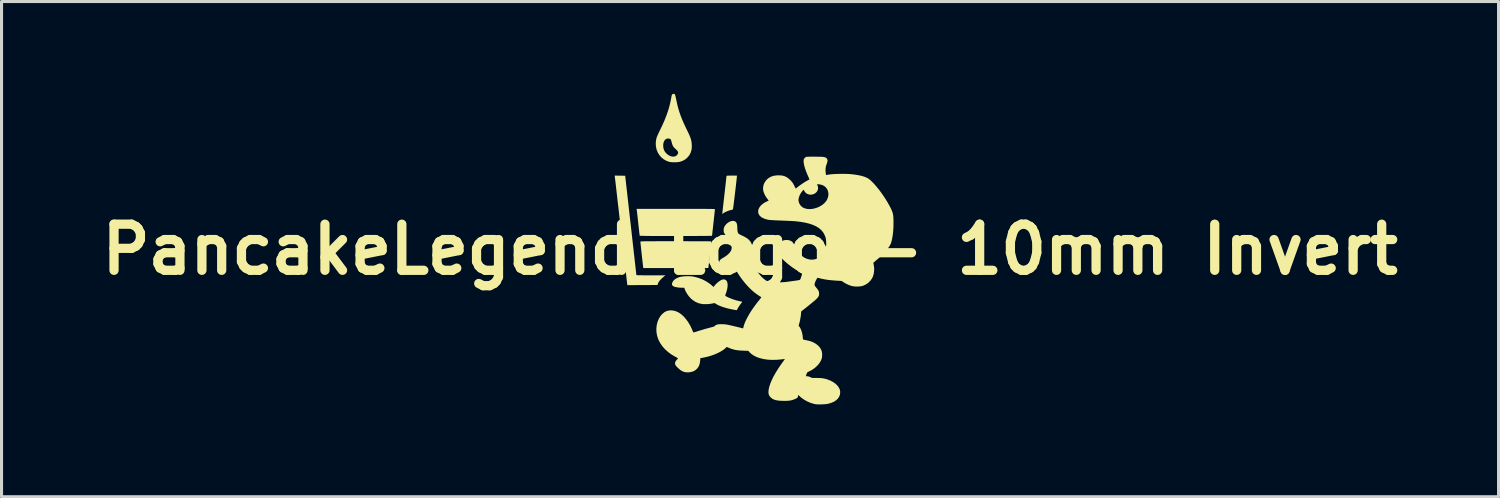
<source format=kicad_pcb>
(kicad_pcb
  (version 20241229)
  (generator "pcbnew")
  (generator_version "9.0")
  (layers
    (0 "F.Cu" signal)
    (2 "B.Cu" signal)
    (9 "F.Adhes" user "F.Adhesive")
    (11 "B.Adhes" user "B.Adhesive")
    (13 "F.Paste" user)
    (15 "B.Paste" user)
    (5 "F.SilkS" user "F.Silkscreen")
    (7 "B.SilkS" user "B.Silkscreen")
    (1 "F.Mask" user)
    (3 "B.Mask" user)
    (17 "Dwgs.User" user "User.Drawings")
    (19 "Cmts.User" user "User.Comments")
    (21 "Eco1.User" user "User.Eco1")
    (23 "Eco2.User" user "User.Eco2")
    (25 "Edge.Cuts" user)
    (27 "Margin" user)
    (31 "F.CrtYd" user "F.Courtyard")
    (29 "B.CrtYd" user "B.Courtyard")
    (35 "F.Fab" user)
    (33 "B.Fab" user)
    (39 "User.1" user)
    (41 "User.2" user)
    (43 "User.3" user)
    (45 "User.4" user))
  (footprint "PancakeLegend Logo - 10mm Invert"
    (layer "F.Cu")
    (at 21.336 5.06)
    (property "Reference" "PancakeLegend Logo - 10mm Invert" (at 0 0 0) (layer "F.SilkS") (effects (font (size 1.5 1.5) (thickness 0.3))))
    (attr board_only exclude_from_pos_files exclude_from_bom)
    (fp_poly (pts (xy -0.428 -2.38) (xy -0.429 -2.363) (xy -0.432 -2.331) (xy -0.437 -2.285) (xy -0.443 -2.227) (xy -0.451 -2.159) (xy -0.459 -2.083) (xy -0.469 -2.002) (xy -0.479 -1.917) (xy -0.489 -1.83) (xy -0.5 -1.743) (xy -0.51 -1.659) (xy -0.52 -1.578) (xy -0.529 -1.505) (xy -0.537 -1.439) (xy -0.545 -1.384) (xy -0.55 -1.342) (xy -0.555 -1.313) (xy -0.557 -1.301) (xy -0.557 -1.301) (xy -0.569 -1.297) (xy -0.594 -1.289) (xy -0.627 -1.28) (xy -0.634 -1.279) (xy -0.689 -1.263) (xy -0.747 -1.241) (xy -0.803 -1.216) (xy -0.85 -1.191) (xy -0.876 -1.174) (xy -0.907 -1.15) (xy -0.902 -1.186) (xy -0.9 -1.202) (xy -0.896 -1.235) (xy -0.89 -1.282) (xy -0.884 -1.342) (xy -0.876 -1.411) (xy -0.867 -1.489) (xy -0.857 -1.574) (xy -0.847 -1.663) (xy -0.837 -1.754) (xy -0.826 -1.847) (xy -0.816 -1.938) (xy -0.806 -2.026) (xy -0.797 -2.108) (xy -0.788 -2.184) (xy -0.781 -2.251) (xy -0.775 -2.307) (xy -0.77 -2.35) (xy -0.767 -2.378) (xy -0.766 -2.389) (xy -0.766 -2.389) (xy -0.761 -2.394) (xy -0.746 -2.397) (xy -0.719 -2.399) (xy -0.677 -2.4) (xy -0.62 -2.401) (xy -0.597 -2.401) (xy -0.428 -2.401)) (stroke (width 0) (type solid)) (fill yes) (layer "F.SilkS"))
    (fp_poly (pts (xy -2.232 -1.32) (xy -2.066 -1.32) (xy -1.917 -1.32) (xy -1.784 -1.32) (xy -1.666 -1.32) (xy -1.563 -1.319) (xy -1.474 -1.319) (xy -1.398 -1.318) (xy -1.333 -1.317) (xy -1.279 -1.317) (xy -1.236 -1.316) (xy -1.202 -1.315) (xy -1.177 -1.313) (xy -1.159 -1.312) (xy -1.148 -1.31) (xy -1.142 -1.309) (xy -1.142 -1.308) (xy -1.143 -1.296) (xy -1.146 -1.267) (xy -1.15 -1.224) (xy -1.156 -1.168) (xy -1.164 -1.101) (xy -1.172 -1.025) (xy -1.181 -0.942) (xy -1.189 -0.874) (xy -1.198 -0.787) (xy -1.207 -0.706) (xy -1.216 -0.632) (xy -1.223 -0.568) (xy -1.228 -0.515) (xy -1.233 -0.476) (xy -1.235 -0.452) (xy -1.236 -0.445) (xy -1.245 -0.444) (xy -1.272 -0.443) (xy -1.315 -0.442) (xy -1.374 -0.441) (xy -1.447 -0.44) (xy -1.533 -0.44) (xy -1.632 -0.439) (xy -1.741 -0.438) (xy -1.86 -0.438) (xy -1.988 -0.437) (xy -2.123 -0.437) (xy -2.265 -0.437) (xy -2.411 -0.437) (xy -2.59 -0.437) (xy -2.751 -0.437) (xy -2.896 -0.437) (xy -3.024 -0.438) (xy -3.136 -0.438) (xy -3.234 -0.438) (xy -3.318 -0.439) (xy -3.389 -0.44) (xy -3.447 -0.441) (xy -3.495 -0.442) (xy -3.531 -0.443) (xy -3.558 -0.444) (xy -3.576 -0.446) (xy -3.586 -0.447) (xy -3.589 -0.449) (xy -3.591 -0.46) (xy -3.594 -0.489) (xy -3.599 -0.532) (xy -3.606 -0.587) (xy -3.613 -0.654) (xy -3.622 -0.729) (xy -3.631 -0.811) (xy -3.636 -0.865) (xy -3.646 -0.951) (xy -3.654 -1.032) (xy -3.663 -1.105) (xy -3.67 -1.17) (xy -3.676 -1.223) (xy -3.681 -1.263) (xy -3.684 -1.288) (xy -3.685 -1.294) (xy -3.69 -1.32) (xy -2.416 -1.32)) (stroke (width 0) (type solid)) (fill yes) (layer "F.SilkS"))
    (fp_poly (pts (xy -4.231 -2.399) (xy -4.06 -2.396) (xy -4.002 -1.879) (xy -3.993 -1.799) (xy -3.982 -1.701) (xy -3.969 -1.589) (xy -3.955 -1.464) (xy -3.94 -1.329) (xy -3.924 -1.185) (xy -3.907 -1.034) (xy -3.889 -0.879) (xy -3.871 -0.722) (xy -3.853 -0.563) (xy -3.836 -0.407) (xy -3.821 -0.273) (xy -3.805 -0.131) (xy -3.789 0.005) (xy -3.775 0.135) (xy -3.761 0.257) (xy -3.748 0.371) (xy -3.737 0.475) (xy -3.726 0.568) (xy -3.717 0.648) (xy -3.71 0.716) (xy -3.704 0.768) (xy -3.7 0.806) (xy -3.698 0.826) (xy -3.698 0.829) (xy -3.694 0.832) (xy -3.682 0.834) (xy -3.66 0.836) (xy -3.628 0.838) (xy -3.584 0.839) (xy -3.526 0.84) (xy -3.453 0.841) (xy -3.365 0.841) (xy -3.26 0.841) (xy -3.226 0.842) (xy -2.753 0.842) (xy -2.791 0.872) (xy -2.867 0.938) (xy -2.926 0.998) (xy -2.968 1.054) (xy -2.994 1.106) (xy -2.998 1.117) (xy -3.009 1.156) (xy -3.499 1.158) (xy -3.988 1.161) (xy -3.993 1.13) (xy -3.995 1.121) (xy -3.997 1.1) (xy -4.001 1.067) (xy -4.007 1.022) (xy -4.013 0.965) (xy -4.021 0.895) (xy -4.031 0.811) (xy -4.042 0.714) (xy -4.055 0.602) (xy -4.07 0.477) (xy -4.086 0.336) (xy -4.104 0.181) (xy -4.124 0.01) (xy -4.145 -0.177) (xy -4.169 -0.38) (xy -4.194 -0.6) (xy -4.221 -0.837) (xy -4.25 -1.091) (xy -4.281 -1.363) (xy -4.315 -1.653) (xy -4.332 -1.804) (xy -4.343 -1.903) (xy -4.354 -1.997) (xy -4.364 -2.084) (xy -4.373 -2.163) (xy -4.381 -2.231) (xy -4.388 -2.288) (xy -4.393 -2.33) (xy -4.396 -2.358) (xy -4.398 -2.366) (xy -4.403 -2.401)) (stroke (width 0) (type solid)) (fill yes) (layer "F.SilkS"))
    (fp_poly (pts (xy -2.271 -0.268) (xy -2.131 -0.268) (xy -1.997 -0.267) (xy -1.871 -0.267) (xy -1.753 -0.267) (xy -1.646 -0.267) (xy -1.549 -0.266) (xy -1.464 -0.266) (xy -1.393 -0.265) (xy -1.336 -0.265) (xy -1.294 -0.264) (xy -1.27 -0.264) (xy -1.262 -0.263) (xy -1.263 -0.254) (xy -1.265 -0.228) (xy -1.269 -0.188) (xy -1.274 -0.135) (xy -1.281 -0.074) (xy -1.288 -0.004) (xy -1.296 0.07) (xy -1.304 0.147) (xy -1.313 0.225) (xy -1.321 0.301) (xy -1.329 0.374) (xy -1.337 0.44) (xy -1.344 0.499) (xy -1.349 0.546) (xy -1.354 0.581) (xy -1.356 0.6) (xy -1.357 0.604) (xy -1.366 0.604) (xy -1.393 0.604) (xy -1.437 0.605) (xy -1.495 0.605) (xy -1.568 0.605) (xy -1.653 0.605) (xy -1.75 0.606) (xy -1.858 0.606) (xy -1.975 0.606) (xy -2.1 0.606) (xy -2.232 0.606) (xy -2.369 0.606) (xy -2.414 0.606) (xy -3.471 0.606) (xy -3.477 0.566) (xy -3.479 0.544) (xy -3.484 0.508) (xy -3.489 0.458) (xy -3.496 0.398) (xy -3.504 0.331) (xy -3.512 0.258) (xy -3.52 0.182) (xy -3.529 0.105) (xy -3.537 0.031) (xy -3.544 -0.04) (xy -3.551 -0.105) (xy -3.557 -0.16) (xy -3.562 -0.204) (xy -3.565 -0.235) (xy -3.566 -0.25) (xy -3.566 -0.25) (xy -3.566 -0.253) (xy -3.564 -0.255) (xy -3.559 -0.257) (xy -3.551 -0.259) (xy -3.538 -0.261) (xy -3.52 -0.262) (xy -3.496 -0.263) (xy -3.464 -0.264) (xy -3.423 -0.265) (xy -3.373 -0.266) (xy -3.313 -0.266) (xy -3.241 -0.267) (xy -3.157 -0.267) (xy -3.06 -0.267) (xy -2.948 -0.268) (xy -2.821 -0.268) (xy -2.678 -0.268) (xy -2.518 -0.268) (xy -2.417 -0.268)) (stroke (width 0) (type solid)) (fill yes) (layer "F.SilkS"))
    (fp_poly (pts (xy -1.941 0.871) (xy -1.87 0.878) (xy -1.842 0.883) (xy -1.697 0.919) (xy -1.558 0.97) (xy -1.427 1.037) (xy -1.307 1.117) (xy -1.237 1.175) (xy -1.187 1.22) (xy -1.163 1.188) (xy -1.119 1.136) (xy -1.069 1.087) (xy -1.016 1.044) (xy -0.964 1.009) (xy -0.915 0.985) (xy -0.872 0.973) (xy -0.861 0.973) (xy -0.814 0.981) (xy -0.778 1.003) (xy -0.752 1.04) (xy -0.735 1.09) (xy -0.729 1.151) (xy -0.733 1.223) (xy -0.748 1.305) (xy -0.773 1.396) (xy -0.808 1.492) (xy -0.804 1.504) (xy -0.783 1.521) (xy -0.75 1.54) (xy -0.706 1.562) (xy -0.653 1.584) (xy -0.595 1.607) (xy -0.533 1.629) (xy -0.47 1.649) (xy -0.408 1.666) (xy -0.35 1.68) (xy -0.334 1.683) (xy -0.294 1.691) (xy -0.27 1.697) (xy -0.259 1.702) (xy -0.258 1.708) (xy -0.261 1.714) (xy -0.272 1.729) (xy -0.291 1.754) (xy -0.313 1.782) (xy -0.338 1.817) (xy -0.366 1.86) (xy -0.391 1.902) (xy -0.393 1.905) (xy -0.433 1.975) (xy -0.536 1.958) (xy -0.651 1.935) (xy -0.763 1.908) (xy -0.867 1.877) (xy -0.962 1.843) (xy -1.044 1.807) (xy -1.111 1.77) (xy -1.126 1.759) (xy -1.14 1.75) (xy -1.153 1.746) (xy -1.17 1.746) (xy -1.197 1.751) (xy -1.225 1.757) (xy -1.294 1.769) (xy -1.371 1.776) (xy -1.45 1.779) (xy -1.523 1.777) (xy -1.571 1.772) (xy -1.679 1.746) (xy -1.779 1.702) (xy -1.87 1.642) (xy -1.925 1.594) (xy -1.988 1.525) (xy -2.044 1.448) (xy -2.091 1.367) (xy -2.125 1.289) (xy -2.128 1.28) (xy -2.139 1.245) (xy -2.207 1.245) (xy -2.268 1.243) (xy -2.33 1.238) (xy -2.388 1.229) (xy -2.438 1.219) (xy -2.473 1.208) (xy -2.501 1.191) (xy -2.524 1.171) (xy -2.529 1.165) (xy -2.538 1.147) (xy -2.54 1.129) (xy -2.535 1.103) (xy -2.534 1.096) (xy -2.509 1.039) (xy -2.467 0.989) (xy -2.407 0.946) (xy -2.331 0.911) (xy -2.302 0.9) (xy -2.247 0.887) (xy -2.178 0.877) (xy -2.101 0.871) (xy -2.02 0.869)) (stroke (width 0) (type solid)) (fill yes) (layer "F.SilkS"))
    (fp_poly (pts (xy -2.454 -5.05) (xy -2.443 -5.039) (xy -2.437 -5.022) (xy -2.428 -4.991) (xy -2.418 -4.949) (xy -2.406 -4.898) (xy -2.396 -4.849) (xy -2.368 -4.72) (xy -2.337 -4.596) (xy -2.301 -4.475) (xy -2.258 -4.353) (xy -2.209 -4.226) (xy -2.151 -4.093) (xy -2.083 -3.948) (xy -2.049 -3.878) (xy -2.011 -3.799) (xy -1.98 -3.734) (xy -1.956 -3.678) (xy -1.938 -3.63) (xy -1.924 -3.586) (xy -1.913 -3.542) (xy -1.907 -3.511) (xy -1.898 -3.448) (xy -1.894 -3.379) (xy -1.895 -3.311) (xy -1.901 -3.251) (xy -1.904 -3.235) (xy -1.932 -3.145) (xy -1.976 -3.062) (xy -2.035 -2.99) (xy -2.106 -2.929) (xy -2.188 -2.882) (xy -2.28 -2.85) (xy -2.289 -2.848) (xy -2.334 -2.84) (xy -2.391 -2.836) (xy -2.454 -2.834) (xy -2.516 -2.835) (xy -2.573 -2.839) (xy -2.619 -2.846) (xy -2.626 -2.848) (xy -2.721 -2.882) (xy -2.809 -2.932) (xy -2.887 -2.996) (xy -2.952 -3.072) (xy -3.001 -3.153) (xy -3.041 -3.254) (xy -3.062 -3.36) (xy -3.063 -3.38) (xy -2.825 -3.38) (xy -2.818 -3.299) (xy -2.797 -3.229) (xy -2.76 -3.165) (xy -2.709 -3.109) (xy -2.647 -3.062) (xy -2.583 -3.031) (xy -2.518 -3.018) (xy -2.455 -3.022) (xy -2.424 -3.031) (xy -2.397 -3.048) (xy -2.37 -3.075) (xy -2.349 -3.106) (xy -2.339 -3.131) (xy -2.339 -3.161) (xy -2.353 -3.192) (xy -2.38 -3.227) (xy -2.423 -3.268) (xy -2.424 -3.269) (xy -2.465 -3.307) (xy -2.495 -3.343) (xy -2.517 -3.384) (xy -2.535 -3.434) (xy -2.546 -3.477) (xy -2.557 -3.517) (xy -2.568 -3.552) (xy -2.578 -3.575) (xy -2.582 -3.583) (xy -2.6 -3.593) (xy -2.626 -3.603) (xy -2.632 -3.604) (xy -2.682 -3.607) (xy -2.727 -3.593) (xy -2.765 -3.564) (xy -2.794 -3.522) (xy -2.815 -3.467) (xy -2.824 -3.401) (xy -2.825 -3.38) (xy -3.063 -3.38) (xy -3.066 -3.469) (xy -3.052 -3.579) (xy -3.034 -3.646) (xy -3.025 -3.668) (xy -3.01 -3.704) (xy -2.989 -3.751) (xy -2.964 -3.804) (xy -2.937 -3.861) (xy -2.927 -3.881) (xy -2.85 -4.042) (xy -2.784 -4.191) (xy -2.728 -4.332) (xy -2.68 -4.465) (xy -2.639 -4.595) (xy -2.605 -4.725) (xy -2.577 -4.857) (xy -2.57 -4.891) (xy -2.562 -4.935) (xy -2.554 -4.974) (xy -2.549 -5.002) (xy -2.545 -5.016) (xy -2.53 -5.042) (xy -2.506 -5.057) (xy -2.479 -5.06)) (stroke (width 0) (type solid)) (fill yes) (layer "F.SilkS"))
    (fp_poly (pts (xy 2.103 -3.016) (xy 2.193 -3.015) (xy 2.266 -3.014) (xy 2.324 -3.012) (xy 2.37 -3.009) (xy 2.405 -3.004) (xy 2.432 -2.998) (xy 2.453 -2.99) (xy 2.47 -2.98) (xy 2.485 -2.967) (xy 2.486 -2.966) (xy 2.509 -2.934) (xy 2.519 -2.898) (xy 2.515 -2.854) (xy 2.498 -2.799) (xy 2.496 -2.795) (xy 2.468 -2.71) (xy 2.454 -2.629) (xy 2.454 -2.544) (xy 2.457 -2.51) (xy 2.462 -2.472) (xy 2.467 -2.442) (xy 2.47 -2.425) (xy 2.471 -2.422) (xy 2.481 -2.421) (xy 2.504 -2.424) (xy 2.525 -2.428) (xy 2.582 -2.437) (xy 2.655 -2.445) (xy 2.74 -2.451) (xy 2.832 -2.455) (xy 2.929 -2.457) (xy 3.026 -2.458) (xy 3.12 -2.456) (xy 3.207 -2.453) (xy 3.28 -2.448) (xy 3.407 -2.433) (xy 3.524 -2.414) (xy 3.628 -2.391) (xy 3.717 -2.364) (xy 3.791 -2.334) (xy 3.84 -2.307) (xy 3.899 -2.263) (xy 3.964 -2.203) (xy 4.034 -2.13) (xy 4.107 -2.046) (xy 4.183 -1.953) (xy 4.258 -1.854) (xy 4.332 -1.749) (xy 4.403 -1.641) (xy 4.469 -1.533) (xy 4.53 -1.425) (xy 4.558 -1.372) (xy 4.589 -1.31) (xy 4.612 -1.257) (xy 4.63 -1.21) (xy 4.643 -1.164) (xy 4.652 -1.115) (xy 4.658 -1.059) (xy 4.661 -0.992) (xy 4.663 -0.916) (xy 4.663 -0.8) (xy 4.659 -0.684) (xy 4.651 -0.572) (xy 4.639 -0.466) (xy 4.623 -0.368) (xy 4.604 -0.282) (xy 4.583 -0.21) (xy 4.563 -0.16) (xy 4.526 -0.097) (xy 4.476 -0.027) (xy 4.414 0.049) (xy 4.342 0.129) (xy 4.262 0.209) (xy 4.176 0.289) (xy 4.108 0.347) (xy 4.072 0.378) (xy 4.042 0.404) (xy 4.02 0.424) (xy 4.009 0.435) (xy 4.008 0.436) (xy 4.01 0.447) (xy 4.014 0.472) (xy 4.021 0.505) (xy 4.022 0.507) (xy 4.035 0.604) (xy 4.033 0.702) (xy 4.019 0.798) (xy 3.992 0.886) (xy 3.966 0.939) (xy 3.914 1.014) (xy 3.847 1.081) (xy 3.768 1.137) (xy 3.683 1.177) (xy 3.676 1.18) (xy 3.617 1.195) (xy 3.545 1.204) (xy 3.469 1.207) (xy 3.393 1.203) (xy 3.324 1.193) (xy 3.312 1.19) (xy 3.204 1.154) (xy 3.1 1.103) (xy 3.038 1.065) (xy 2.979 1.024) (xy 2.8 1.014) (xy 2.66 1.003) (xy 2.536 0.99) (xy 2.423 0.972) (xy 2.319 0.951) (xy 2.294 0.945) (xy 2.192 0.919) (xy 2.165 0.962) (xy 2.14 1.007) (xy 2.118 1.057) (xy 2.103 1.103) (xy 2.097 1.142) (xy 2.097 1.142) (xy 2.098 1.161) (xy 2.106 1.179) (xy 2.121 1.203) (xy 2.146 1.234) (xy 2.154 1.244) (xy 2.192 1.292) (xy 2.219 1.331) (xy 2.235 1.366) (xy 2.243 1.401) (xy 2.245 1.433) (xy 2.244 1.462) (xy 2.24 1.488) (xy 2.232 1.514) (xy 2.217 1.541) (xy 2.196 1.569) (xy 2.166 1.602) (xy 2.127 1.639) (xy 2.078 1.682) (xy 2.016 1.733) (xy 1.941 1.794) (xy 1.9 1.827) (xy 1.661 2.017) (xy 1.655 2.103) (xy 1.646 2.182) (xy 1.631 2.269) (xy 1.613 2.356) (xy 1.594 2.426) (xy 1.584 2.458) (xy 1.581 2.477) (xy 1.583 2.488) (xy 1.591 2.498) (xy 1.593 2.5) (xy 1.619 2.531) (xy 1.644 2.578) (xy 1.667 2.634) (xy 1.687 2.697) (xy 1.703 2.762) (xy 1.711 2.825) (xy 1.712 2.835) (xy 1.715 2.873) (xy 1.719 2.903) (xy 1.722 2.922) (xy 1.723 2.925) (xy 1.735 2.93) (xy 1.76 2.937) (xy 1.795 2.944) (xy 1.82 2.949) (xy 1.937 2.976) (xy 2.041 3.014) (xy 2.132 3.063) (xy 2.209 3.122) (xy 2.271 3.19) (xy 2.315 3.265) (xy 2.332 3.318) (xy 2.342 3.382) (xy 2.344 3.449) (xy 2.338 3.513) (xy 2.331 3.544) (xy 2.299 3.624) (xy 2.25 3.703) (xy 2.186 3.779) (xy 2.11 3.848) (xy 2.023 3.91) (xy 1.928 3.962) (xy 1.918 3.966) (xy 1.886 3.981) (xy 1.866 3.994) (xy 1.853 4.01) (xy 1.842 4.035) (xy 1.834 4.057) (xy 1.812 4.121) (xy 1.841 4.121) (xy 1.89 4.127) (xy 1.941 4.143) (xy 1.977 4.16) (xy 1.99 4.168) (xy 2.006 4.173) (xy 2.026 4.176) (xy 2.055 4.178) (xy 2.096 4.178) (xy 2.15 4.178) (xy 2.253 4.179) (xy 2.342 4.186) (xy 2.423 4.2) (xy 2.5 4.221) (xy 2.518 4.227) (xy 2.616 4.266) (xy 2.703 4.314) (xy 2.778 4.367) (xy 2.84 4.426) (xy 2.886 4.49) (xy 2.917 4.555) (xy 2.93 4.623) (xy 2.931 4.637) (xy 2.923 4.715) (xy 2.897 4.786) (xy 2.855 4.849) (xy 2.797 4.905) (xy 2.724 4.952) (xy 2.636 4.989) (xy 2.535 5.018) (xy 2.509 5.023) (xy 2.479 5.027) (xy 2.435 5.031) (xy 2.383 5.034) (xy 2.328 5.037) (xy 2.312 5.037) (xy 2.249 5.039) (xy 2.2 5.038) (xy 2.159 5.035) (xy 2.121 5.03) (xy 2.09 5.024) (xy 1.975 4.991) (xy 1.861 4.942) (xy 1.753 4.882) (xy 1.656 4.812) (xy 1.626 4.785) (xy 1.566 4.731) (xy 1.56 4.762) (xy 1.554 4.788) (xy 1.549 4.809) (xy 1.537 4.823) (xy 1.511 4.84) (xy 1.474 4.858) (xy 1.43 4.876) (xy 1.383 4.893) (xy 1.337 4.905) (xy 1.33 4.907) (xy 1.287 4.914) (xy 1.241 4.919) (xy 1.186 4.922) (xy 1.118 4.923) (xy 1.095 4.923) (xy 0.993 4.92) (xy 0.907 4.912) (xy 0.835 4.899) (xy 0.774 4.879) (xy 0.723 4.853) (xy 0.679 4.819) (xy 0.673 4.813) (xy 0.632 4.766) (xy 0.608 4.716) (xy 0.598 4.66) (xy 0.597 4.64) (xy 0.604 4.557) (xy 0.625 4.463) (xy 0.659 4.359) (xy 0.707 4.245) (xy 0.766 4.124) (xy 0.839 3.996) (xy 0.922 3.863) (xy 1.017 3.724) (xy 1.068 3.653) (xy 1.093 3.619) (xy 1.114 3.59) (xy 1.128 3.571) (xy 1.132 3.563) (xy 1.124 3.563) (xy 1.1 3.565) (xy 1.067 3.569) (xy 1.042 3.572) (xy 0.88 3.587) (xy 0.725 3.591) (xy 0.58 3.584) (xy 0.445 3.565) (xy 0.321 3.535) (xy 0.209 3.495) (xy 0.111 3.445) (xy 0.027 3.384) (xy -0.016 3.343) (xy -0.06 3.296) (xy -0.227 3.291) (xy -0.333 3.285) (xy -0.425 3.275) (xy -0.508 3.26) (xy -0.587 3.238) (xy -0.667 3.208) (xy -0.703 3.193) (xy -0.757 3.169) (xy -0.792 3.202) (xy -0.862 3.26) (xy -0.949 3.315) (xy -1.048 3.368) (xy -1.159 3.415) (xy -1.277 3.457) (xy -1.401 3.492) (xy -1.527 3.519) (xy -1.616 3.534) (xy -1.622 3.618) (xy -1.635 3.705) (xy -1.659 3.779) (xy -1.696 3.844) (xy -1.705 3.856) (xy -1.759 3.911) (xy -1.823 3.953) (xy -1.898 3.98) (xy -1.985 3.995) (xy -2.002 3.996) (xy -2.077 3.995) (xy -2.144 3.983) (xy -2.208 3.957) (xy -2.271 3.916) (xy -2.337 3.859) (xy -2.343 3.854) (xy -2.383 3.813) (xy -2.411 3.781) (xy -2.428 3.754) (xy -2.436 3.729) (xy -2.439 3.702) (xy -2.436 3.673) (xy -2.426 3.646) (xy -2.407 3.617) (xy -2.381 3.588) (xy -2.361 3.565) (xy -2.348 3.547) (xy -2.345 3.541) (xy -2.352 3.533) (xy -2.373 3.52) (xy -2.403 3.503) (xy -2.414 3.498) (xy -2.545 3.422) (xy -2.662 3.338) (xy -2.765 3.245) (xy -2.853 3.145) (xy -2.925 3.039) (xy -2.982 2.927) (xy -3.021 2.811) (xy -3.043 2.692) (xy -3.047 2.57) (xy -3.046 2.561) (xy -3.033 2.452) (xy -3.006 2.349) (xy -2.967 2.254) (xy -2.917 2.17) (xy -2.856 2.098) (xy -2.786 2.041) (xy -2.779 2.036) (xy -2.707 2.001) (xy -2.627 1.983) (xy -2.541 1.981) (xy -2.452 1.997) (xy -2.41 2.01) (xy -2.326 2.048) (xy -2.242 2.104) (xy -2.162 2.176) (xy -2.085 2.263) (xy -2.013 2.362) (xy -1.947 2.473) (xy -1.889 2.594) (xy -1.88 2.617) (xy -1.865 2.652) (xy -1.853 2.679) (xy -1.845 2.696) (xy -1.844 2.698) (xy -1.834 2.697) (xy -1.809 2.691) (xy -1.772 2.68) (xy -1.727 2.667) (xy -1.692 2.655) (xy -1.617 2.632) (xy -1.535 2.607) (xy -1.452 2.583) (xy -1.372 2.561) (xy -1.299 2.541) (xy -1.239 2.526) (xy -1.222 2.522) (xy -1.18 2.51) (xy -1.153 2.493) (xy -1.143 2.484) (xy -1.118 2.463) (xy -1.081 2.446) (xy -1.074 2.443) (xy -1.027 2.434) (xy -0.966 2.43) (xy -0.898 2.43) (xy -0.826 2.434) (xy -0.756 2.443) (xy -0.725 2.448) (xy -0.689 2.456) (xy -0.642 2.467) (xy -0.587 2.479) (xy -0.528 2.493) (xy -0.466 2.508) (xy -0.407 2.522) (xy -0.351 2.536) (xy -0.304 2.547) (xy -0.267 2.557) (xy -0.243 2.564) (xy -0.238 2.565) (xy -0.227 2.565) (xy -0.22 2.552) (xy -0.217 2.535) (xy -0.198 2.459) (xy -0.165 2.372) (xy -0.121 2.275) (xy -0.066 2.171) (xy -0.001 2.06) (xy 0.073 1.946) (xy 0.156 1.829) (xy 0.245 1.711) (xy 0.314 1.626) (xy 0.341 1.592) (xy 0.358 1.566) (xy 0.365 1.551) (xy 0.364 1.548) (xy 0.346 1.539) (xy 0.317 1.521) (xy 0.279 1.497) (xy 0.237 1.468) (xy 0.194 1.437) (xy 0.153 1.406) (xy 0.127 1.386) (xy 0.033 1.304) (xy -0.063 1.208) (xy -0.159 1.1) (xy -0.252 0.984) (xy -0.338 0.864) (xy -0.417 0.742) (xy -0.475 0.639) (xy -0.495 0.601) (xy -0.511 0.571) (xy -0.522 0.55) (xy -0.526 0.543) (xy -0.534 0.546) (xy -0.555 0.555) (xy -0.584 0.568) (xy -0.584 0.568) (xy -0.666 0.602) (xy -0.743 0.622) (xy -0.813 0.628) (xy -0.875 0.622) (xy -0.927 0.603) (xy -0.968 0.571) (xy -0.987 0.546) (xy -1.005 0.498) (xy -1.01 0.447) (xy -1.001 0.396) (xy -0.981 0.351) (xy -0.95 0.318) (xy -0.932 0.306) (xy -0.902 0.288) (xy -0.866 0.266) (xy -0.845 0.254) (xy -0.775 0.208) (xy -0.713 0.157) (xy -0.662 0.104) (xy -0.626 0.052) (xy -0.619 0.038) (xy -0.602 -0.01) (xy -0.597 -0.06) (xy -0.602 -0.114) (xy -0.619 -0.173) (xy -0.649 -0.238) (xy -0.692 -0.312) (xy -0.749 -0.396) (xy -0.76 -0.412) (xy -0.79 -0.455) (xy -0.816 -0.494) (xy -0.837 -0.528) (xy -0.849 -0.552) (xy -0.851 -0.556) (xy -0.856 -0.584) (xy -0.859 -0.621) (xy -0.858 -0.648) (xy -0.853 -0.689) (xy -0.842 -0.723) (xy -0.822 -0.76) (xy -0.821 -0.763) (xy -0.781 -0.815) (xy -0.734 -0.859) (xy -0.681 -0.893) (xy -0.627 -0.917) (xy -0.573 -0.928) (xy -0.524 -0.926) (xy -0.486 -0.911) (xy -0.46 -0.891) (xy -0.441 -0.864) (xy -0.427 -0.828) (xy -0.419 -0.779) (xy -0.415 -0.716) (xy -0.415 -0.698) (xy -0.412 -0.634) (xy -0.406 -0.585) (xy -0.396 -0.548) (xy -0.381 -0.521) (xy -0.358 -0.501) (xy -0.334 -0.487) (xy -0.307 -0.474) (xy -0.269 -0.456) (xy -0.226 -0.435) (xy -0.198 -0.422) (xy -0.11 -0.372) (xy -0.039 -0.316) (xy 0.016 -0.25) (xy 0.055 -0.175) (xy 0.08 -0.089) (xy 0.091 0.009) (xy 0.092 0.047) (xy 0.085 0.152) (xy 0.071 0.235) (xy 0.059 0.291) (xy 0.05 0.333) (xy 0.046 0.364) (xy 0.047 0.389) (xy 0.052 0.411) (xy 0.061 0.435) (xy 0.076 0.464) (xy 0.084 0.48) (xy 0.108 0.522) (xy 0.138 0.573) (xy 0.171 0.626) (xy 0.198 0.667) (xy 0.275 0.774) (xy 0.35 0.864) (xy 0.424 0.938) (xy 0.498 0.996) (xy 0.568 1.037) (xy 0.638 1.071) (xy 0.845 1.071) (xy 0.913 1.07) (xy 0.982 1.069) (xy 1.047 1.066) (xy 1.103 1.063) (xy 1.146 1.059) (xy 1.151 1.059) (xy 1.22 1.05) (xy 1.29 1.041) (xy 1.36 1.031) (xy 1.427 1.022) (xy 1.487 1.013) (xy 1.539 1.006) (xy 1.578 0.999) (xy 1.604 0.995) (xy 1.61 0.993) (xy 1.622 0.986) (xy 1.633 0.971) (xy 1.645 0.944) (xy 1.658 0.905) (xy 1.675 0.855) (xy 1.685 0.82) (xy 1.688 0.796) (xy 1.683 0.778) (xy 1.667 0.763) (xy 1.64 0.746) (xy 1.6 0.725) (xy 1.588 0.718) (xy 1.476 0.651) (xy 1.362 0.574) (xy 1.252 0.49) (xy 1.149 0.403) (xy 1.058 0.315) (xy 1.009 0.263) (xy 0.949 0.189) (xy 0.905 0.121) (xy 0.877 0.058) (xy 0.863 -0.002) (xy 0.864 -0.06) (xy 0.873 -0.1) (xy 0.899 -0.159) (xy 0.94 -0.209) (xy 0.992 -0.251) (xy 1.052 -0.282) (xy 1.118 -0.302) (xy 1.187 -0.309) (xy 1.254 -0.303) (xy 1.318 -0.281) (xy 1.336 -0.272) (xy 1.371 -0.247) (xy 1.4 -0.215) (xy 1.427 -0.172) (xy 1.455 -0.114) (xy 1.456 -0.111) (xy 1.494 -0.029) (xy 1.535 0.04) (xy 1.582 0.103) (xy 1.639 0.165) (xy 1.701 0.222) (xy 1.762 0.265) (xy 1.825 0.296) (xy 1.897 0.319) (xy 1.898 0.319) (xy 1.986 0.333) (xy 2.072 0.328) (xy 2.154 0.307) (xy 2.231 0.271) (xy 2.3 0.221) (xy 2.361 0.157) (xy 2.412 0.081) (xy 2.449 -0.006) (xy 2.462 -0.047) (xy 2.472 -0.104) (xy 2.476 -0.172) (xy 2.475 -0.244) (xy 2.469 -0.314) (xy 2.458 -0.374) (xy 2.457 -0.381) (xy 2.424 -0.471) (xy 2.378 -0.553) (xy 2.318 -0.626) (xy 2.244 -0.691) (xy 2.155 -0.748) (xy 2.051 -0.796) (xy 1.931 -0.837) (xy 1.795 -0.871) (xy 1.643 -0.897) (xy 1.48 -0.916) (xy 1.446 -0.919) (xy 1.395 -0.922) (xy 1.332 -0.926) (xy 1.259 -0.929) (xy 1.178 -0.933) (xy 1.093 -0.936) (xy 1.007 -0.94) (xy 1.005 -0.94) (xy 0.891 -0.944) (xy 0.793 -0.949) (xy 0.712 -0.953) (xy 0.648 -0.958) (xy 0.603 -0.963) (xy 0.578 -0.967) (xy 0.489 -0.991) (xy 0.413 -1.023) (xy 0.364 -1.052) (xy 0.315 -1.095) (xy 0.282 -1.145) (xy 0.265 -1.199) (xy 0.264 -1.256) (xy 0.278 -1.314) (xy 0.307 -1.371) (xy 0.349 -1.426) (xy 0.406 -1.478) (xy 0.475 -1.524) (xy 0.512 -1.544) (xy 0.549 -1.561) (xy 0.579 -1.576) (xy 0.599 -1.586) (xy 0.604 -1.589) (xy 0.6 -1.597) (xy 0.594 -1.606) (xy 1.574 -1.606) (xy 1.583 -1.542) (xy 1.608 -1.48) (xy 1.646 -1.424) (xy 1.696 -1.377) (xy 1.718 -1.363) (xy 1.785 -1.334) (xy 1.863 -1.316) (xy 1.948 -1.312) (xy 2.036 -1.32) (xy 2.063 -1.325) (xy 2.167 -1.354) (xy 2.262 -1.395) (xy 2.347 -1.447) (xy 2.419 -1.507) (xy 2.477 -1.576) (xy 2.499 -1.612) (xy 2.531 -1.688) (xy 2.547 -1.763) (xy 2.546 -1.836) (xy 2.531 -1.905) (xy 2.501 -1.968) (xy 2.459 -2.022) (xy 2.405 -2.066) (xy 2.341 -2.097) (xy 2.266 -2.115) (xy 2.244 -2.117) (xy 2.175 -2.122) (xy 2.194 -2.08) (xy 2.21 -2.024) (xy 2.21 -1.968) (xy 2.194 -1.916) (xy 2.164 -1.869) (xy 2.123 -1.83) (xy 2.071 -1.801) (xy 2.011 -1.784) (xy 1.971 -1.781) (xy 1.903 -1.789) (xy 1.845 -1.813) (xy 1.797 -1.853) (xy 1.76 -1.907) (xy 1.741 -1.944) (xy 1.7 -1.898) (xy 1.652 -1.834) (xy 1.614 -1.764) (xy 1.588 -1.694) (xy 1.575 -1.626) (xy 1.574 -1.606) (xy 0.594 -1.606) (xy 0.587 -1.615) (xy 0.566 -1.641) (xy 0.559 -1.651) (xy 0.512 -1.716) (xy 0.473 -1.788) (xy 0.443 -1.861) (xy 0.427 -1.922) (xy 0.422 -2.006) (xy 0.436 -2.088) (xy 0.467 -2.166) (xy 0.515 -2.238) (xy 0.546 -2.273) (xy 0.611 -2.327) (xy 0.684 -2.367) (xy 0.767 -2.394) (xy 0.862 -2.408) (xy 0.933 -2.41) (xy 1.024 -2.405) (xy 1.102 -2.389) (xy 1.172 -2.36) (xy 1.238 -2.317) (xy 1.305 -2.258) (xy 1.307 -2.256) (xy 1.346 -2.214) (xy 1.376 -2.178) (xy 1.402 -2.139) (xy 1.428 -2.09) (xy 1.432 -2.081) (xy 1.452 -2.042) (xy 1.468 -2.01) (xy 1.48 -1.988) (xy 1.484 -1.98) (xy 1.492 -1.984) (xy 1.51 -1.998) (xy 1.535 -2.019) (xy 1.538 -2.021) (xy 1.573 -2.049) (xy 1.621 -2.084) (xy 1.675 -2.122) (xy 1.731 -2.16) (xy 1.786 -2.195) (xy 1.834 -2.224) (xy 1.869 -2.243) (xy 1.898 -2.258) (xy 1.92 -2.269) (xy 1.93 -2.275) (xy 1.93 -2.275) (xy 1.928 -2.284) (xy 1.919 -2.307) (xy 1.906 -2.339) (xy 1.894 -2.365) (xy 1.849 -2.467) (xy 1.811 -2.565) (xy 1.781 -2.655) (xy 1.759 -2.737) (xy 1.745 -2.809) (xy 1.74 -2.87) (xy 1.744 -2.918) (xy 1.757 -2.951) (xy 1.758 -2.952) (xy 1.78 -2.977) (xy 1.803 -2.997) (xy 1.811 -3.003) (xy 1.821 -3.007) (xy 1.834 -3.01) (xy 1.853 -3.013) (xy 1.879 -3.014) (xy 1.916 -3.015) (xy 1.965 -3.016) (xy 2.028 -3.016)) (stroke (width 0) (type solid)) (fill yes) (layer "F.SilkS")))
  (gr_rect
    (start -3 -3)
    (end 45.671 13.099)
    (stroke (width 0.1) (type default))
    (fill no)
    (layer "Edge.Cuts")))
</source>
